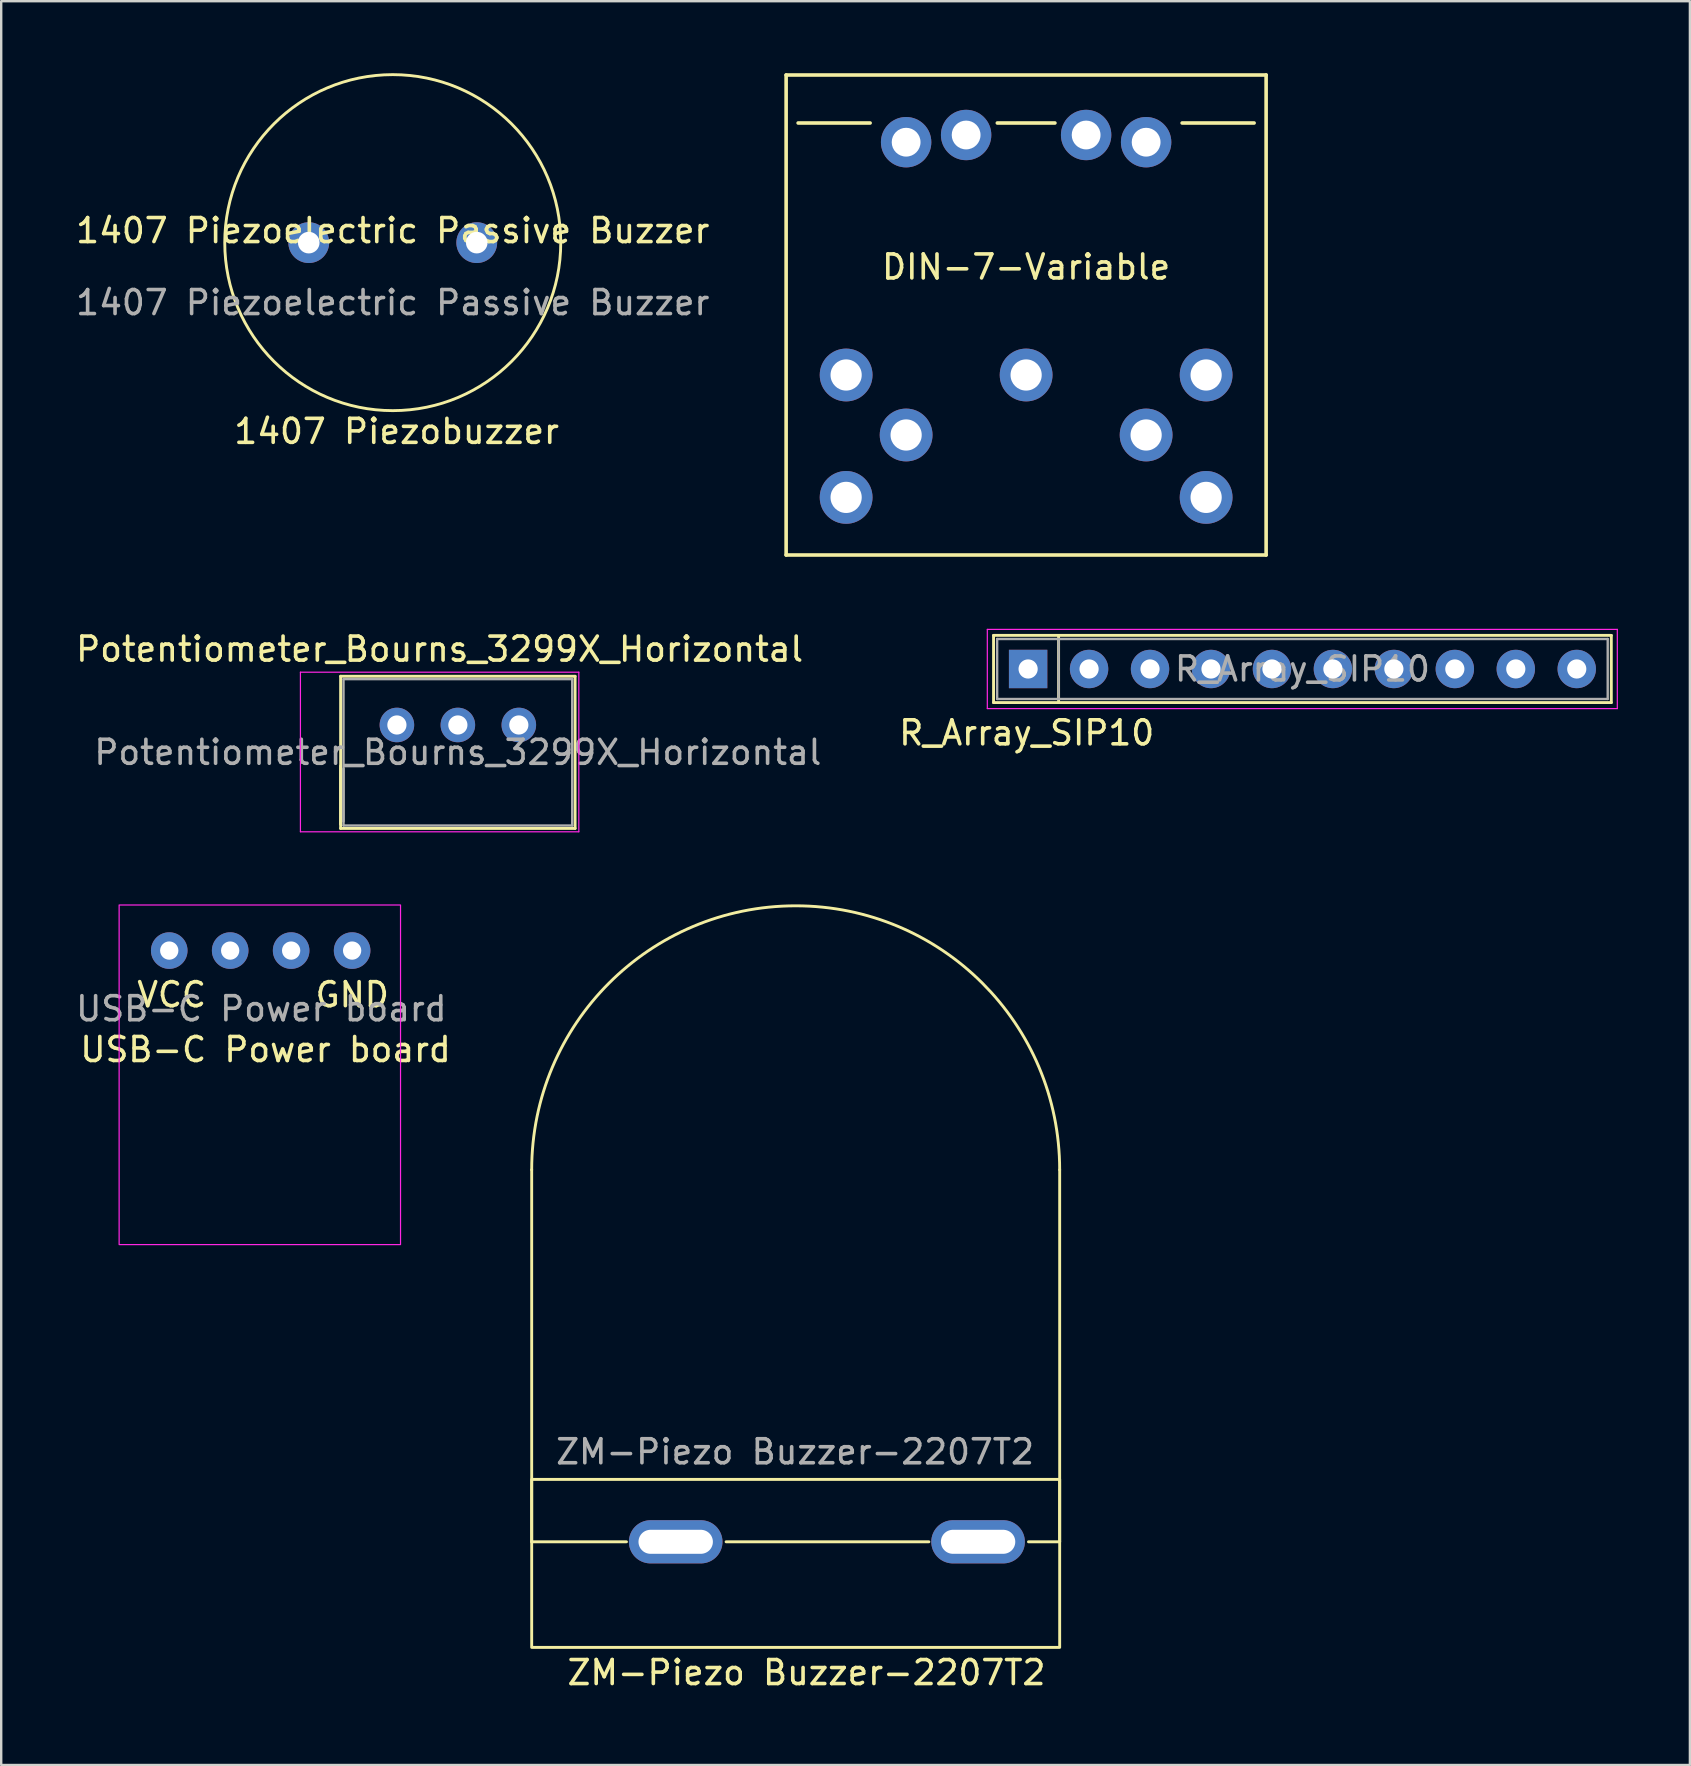
<source format=kicad_pcb>
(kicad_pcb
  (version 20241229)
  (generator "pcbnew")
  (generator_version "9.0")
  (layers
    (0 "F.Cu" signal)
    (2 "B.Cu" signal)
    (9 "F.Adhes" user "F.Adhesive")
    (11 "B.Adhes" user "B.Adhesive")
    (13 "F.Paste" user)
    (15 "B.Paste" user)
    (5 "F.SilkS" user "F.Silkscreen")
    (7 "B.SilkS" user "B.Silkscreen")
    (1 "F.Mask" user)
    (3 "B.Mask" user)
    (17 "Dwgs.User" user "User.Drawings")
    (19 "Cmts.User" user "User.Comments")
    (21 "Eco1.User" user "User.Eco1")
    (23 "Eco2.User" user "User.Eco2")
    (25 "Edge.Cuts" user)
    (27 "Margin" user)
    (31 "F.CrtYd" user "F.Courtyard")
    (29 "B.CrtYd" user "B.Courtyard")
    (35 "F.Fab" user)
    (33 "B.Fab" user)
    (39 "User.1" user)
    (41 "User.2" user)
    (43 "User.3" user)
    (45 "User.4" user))
  (footprint "USB-C Power board"
    (layer "F.Cu")
    (at 7.839 36.483)
    (property "Reference" "USB-C Power board" (at 0.175 4.2 0) (unlocked yes) (layer "F.SilkS") (effects (font (size 1 1) (thickness 0.15))))
    (attr through_hole)
    (fp_rect (start -5.925 -1.825) (end 5.8 12.325) (stroke (width 0.05) (type default)) (fill no) (layer "F.CrtYd"))
    (fp_text user "VCC      GND" (at -5.263 2.5 0) (unlocked yes) (layer "F.SilkS") (effects (font (size 1 1) (thickness 0.15)) (justify left bottom)))
    (fp_text user "${REFERENCE}" (at 0 2.5 0) (unlocked yes) (layer "F.Fab") (effects (font (size 1 1) (thickness 0.15))))
    (pad "1" thru_hole circle (at -3.837 0.075) (size 1.524 1.524) (drill 0.762) (layers "*.Cu" "*.Mask"))
    (pad "2" thru_hole circle (at -1.298 0.075) (size 1.524 1.524) (drill 0.762) (layers "*.Cu" "*.Mask"))
    (pad "3" thru_hole circle (at 1.242 0.075) (size 1.524 1.524) (drill 0.762) (layers "*.Cu" "*.Mask"))
    (pad "4" thru_hole circle (at 3.783 0.075) (size 1.524 1.524) (drill 0.762) (layers "*.Cu" "*.Mask")))
  (footprint "1407 Piezoelectric Passive Buzzer"
    (layer "F.Cu")
    (at 13.315 7.06)
    (property "Reference" "1407 Piezoelectric Passive Buzzer" (at 0 -0.5 0) (unlocked yes) (layer "F.SilkS") (effects (font (size 1 1) (thickness 0.15))))
    (attr through_hole)
    (fp_circle (center 0 0) (end 7 0) (stroke (width 0.12) (type default)) (fill no) (layer "F.SilkS"))
    (fp_text user "1407 Piezobuzzer" (at -6.7 8.45 0) (unlocked yes) (layer "F.SilkS") (effects (font (size 1 1) (thickness 0.15)) (justify left bottom)))
    (fp_text user "${REFERENCE}" (at 0 2.5 0) (unlocked yes) (layer "F.Fab") (effects (font (size 1 1) (thickness 0.15))))
    (pad "1" thru_hole circle (at -3.5 0) (size 1.7 1.7) (drill 0.9) (layers "*.Cu" "*.Mask"))
    (pad "2" thru_hole circle (at 3.5 0) (size 1.7 1.7) (drill 0.9) (layers "*.Cu" "*.Mask")))
  (footprint "DIN-7-Variable"
    (layer "F.Cu")
    (at 39.706 12.575)
    (property "Reference" "DIN-7-Variable" (at 0 -4.5 180) (layer "F.SilkS") (effects (font (size 1 1) (thickness 0.15))))
    (attr through_hole)
    (fp_line (start -10 -12.5) (end -10 7.5) (stroke (width 0.15) (type solid)) (layer "F.SilkS"))
    (fp_line (start -10 7.5) (end 10 7.5) (stroke (width 0.15) (type solid)) (layer "F.SilkS"))
    (fp_line (start -9.5 -10.5) (end -6.5 -10.5) (stroke (width 0.15) (type solid)) (layer "F.SilkS"))
    (fp_line (start -1.2 -10.5) (end 1.2 -10.5) (stroke (width 0.15) (type solid)) (layer "F.SilkS"))
    (fp_line (start 6.5 -10.5) (end 9.5 -10.5) (stroke (width 0.15) (type solid)) (layer "F.SilkS"))
    (fp_line (start 10 -12.5) (end -10 -12.5) (stroke (width 0.15) (type solid)) (layer "F.SilkS"))
    (fp_line (start 10 7.5) (end 10 -12.5) (stroke (width 0.15) (type solid)) (layer "F.SilkS"))
    (pad "" thru_hole circle (at -5 -9.7) (size 2.1 2.1) (drill 1.2) (layers "*.Cu" "*.Mask"))
    (pad "" thru_hole circle (at -2.5 -10) (size 2.1 2.1) (drill 1.2) (layers "*.Cu" "*.Mask"))
    (pad "" thru_hole circle (at 2.5 -10) (size 2.1 2.1) (drill 1.2) (layers "*.Cu" "*.Mask"))
    (pad "" thru_hole circle (at 5 -9.7) (size 2.1 2.1) (drill 1.2) (layers "*.Cu" "*.Mask"))
    (pad "1" thru_hole circle (at -7.5 0) (size 2.2 2.2) (drill 1.3) (layers "*.Cu" "*.Mask"))
    (pad "2" thru_hole circle (at 0 0) (size 2.2 2.2) (drill 1.3) (layers "*.Cu" "*.Mask"))
    (pad "3" thru_hole circle (at 7.5 0) (size 2.2 2.2) (drill 1.3) (layers "*.Cu" "*.Mask"))
    (pad "4" thru_hole circle (at -5 2.5) (size 2.2 2.2) (drill 1.3) (layers "*.Cu" "*.Mask"))
    (pad "5" thru_hole circle (at 5 2.5) (size 2.2 2.2) (drill 1.3) (layers "*.Cu" "*.Mask"))
    (pad "6" thru_hole circle (at -7.5 5.1) (size 2.2 2.2) (drill 1.3) (layers "*.Cu" "*.Mask"))
    (pad "7" thru_hole circle (at 7.5 5.1) (size 2.2 2.2) (drill 1.3) (layers "*.Cu" "*.Mask")))
  (footprint "ZM-Piezo Buzzer-2207T2"
    (layer "F.Cu")
    (at 19.104 58.593)
    (property "Reference" "ZM-Piezo Buzzer-2207T2" (at 11.45 8.05 0) (unlocked yes) (layer "F.SilkS") (effects (font (size 1 1) (thickness 0.15))))
    (attr through_hole)
    (fp_line (start 0 -12.9) (end 0 2.6) (stroke (width 0.12) (type default)) (layer "F.SilkS"))
    (fp_line (start 3.95 2.6) (end 0 2.6) (stroke (width 0.12) (type default)) (layer "F.SilkS"))
    (fp_line (start 16.55 2.6) (end 8.1 2.6) (stroke (width 0.12) (type default)) (layer "F.SilkS"))
    (fp_line (start 22 -12.9) (end 22 2.6) (stroke (width 0.12) (type default)) (layer "F.SilkS"))
    (fp_line (start 22 2.6) (end 20.7 2.6) (stroke (width 0.12) (type default)) (layer "F.SilkS"))
    (fp_rect (start 0 7) (end 22 0) (stroke (width 0.12) (type default)) (fill no) (layer "F.SilkS"))
    (fp_arc (start 0 -12.9) (mid 11 -23.9) (end 22 -12.9) (stroke (width 0.12) (type default)) (layer "F.SilkS"))
    (fp_line (start 7.45 2.6) (end 4.55 2.6) (stroke (width 0.12) (type default)) (layer "Dwgs.User"))
    (fp_line (start 20.05 2.6) (end 17.15 2.6) (stroke (width 0.12) (type default)) (layer "Dwgs.User"))
    (fp_text user "${REFERENCE}" (at 10.975 -1.15 0) (unlocked yes) (layer "F.Fab") (effects (font (size 1 1) (thickness 0.15))))
    (pad "1" thru_hole oval (at 18.6 2.6) (size 3.9 1.8) (drill oval 3.1 1) (layers "*.Cu" "*.Mask"))
    (pad "2" thru_hole oval (at 6 2.6) (size 3.9 1.8) (drill oval 3.1 1) (layers "*.Cu" "*.Mask")))
  (footprint "R_Array_SIP10"
    (layer "F.Cu")
    (at 39.789 24.825)
    (property "Reference" "R_Array_SIP10" (at -0.059 2.663 0) (layer "F.SilkS") (effects (font (size 1 1) (thickness 0.15))))
    (attr through_hole)
    (fp_line (start -1.44 -1.4) (end -1.44 1.4) (stroke (width 0.12) (type solid)) (layer "F.SilkS"))
    (fp_line (start -1.44 1.4) (end 24.3 1.4) (stroke (width 0.12) (type solid)) (layer "F.SilkS"))
    (fp_line (start 1.27 -1.4) (end 1.27 1.4) (stroke (width 0.12) (type solid)) (layer "F.SilkS"))
    (fp_line (start 24.3 -1.4) (end -1.44 -1.4) (stroke (width 0.12) (type solid)) (layer "F.SilkS"))
    (fp_line (start 24.3 1.4) (end 24.3 -1.4) (stroke (width 0.12) (type solid)) (layer "F.SilkS"))
    (fp_line (start -1.7 -1.65) (end -1.7 1.65) (stroke (width 0.05) (type solid)) (layer "F.CrtYd"))
    (fp_line (start -1.7 1.65) (end 24.55 1.65) (stroke (width 0.05) (type solid)) (layer "F.CrtYd"))
    (fp_line (start 24.55 -1.65) (end -1.7 -1.65) (stroke (width 0.05) (type solid)) (layer "F.CrtYd"))
    (fp_line (start 24.55 1.65) (end 24.55 -1.65) (stroke (width 0.05) (type solid)) (layer "F.CrtYd"))
    (fp_line (start -1.29 -1.25) (end -1.29 1.25) (stroke (width 0.1) (type solid)) (layer "F.Fab"))
    (fp_line (start -1.29 1.25) (end 24.15 1.25) (stroke (width 0.1) (type solid)) (layer "F.Fab"))
    (fp_line (start 1.27 -1.25) (end 1.27 1.25) (stroke (width 0.1) (type solid)) (layer "F.Fab"))
    (fp_line (start 24.15 -1.25) (end -1.29 -1.25) (stroke (width 0.1) (type solid)) (layer "F.Fab"))
    (fp_line (start 24.15 1.25) (end 24.15 -1.25) (stroke (width 0.1) (type solid)) (layer "F.Fab"))
    (fp_text user "${REFERENCE}" (at 11.43 0 0) (layer "F.Fab") (effects (font (size 1 1) (thickness 0.15))))
    (pad "1" thru_hole rect (at 0 0) (size 1.6 1.6) (drill 0.8) (layers "*.Cu" "*.Mask"))
    (pad "2" thru_hole oval (at 2.54 0) (size 1.6 1.6) (drill 0.8) (layers "*.Cu" "*.Mask"))
    (pad "3" thru_hole oval (at 5.08 0) (size 1.6 1.6) (drill 0.8) (layers "*.Cu" "*.Mask"))
    (pad "4" thru_hole oval (at 7.62 0) (size 1.6 1.6) (drill 0.8) (layers "*.Cu" "*.Mask"))
    (pad "5" thru_hole oval (at 10.16 0) (size 1.6 1.6) (drill 0.8) (layers "*.Cu" "*.Mask"))
    (pad "6" thru_hole oval (at 12.7 0) (size 1.6 1.6) (drill 0.8) (layers "*.Cu" "*.Mask"))
    (pad "7" thru_hole oval (at 15.24 0) (size 1.6 1.6) (drill 0.8) (layers "*.Cu" "*.Mask"))
    (pad "8" thru_hole oval (at 17.78 0) (size 1.6 1.6) (drill 0.8) (layers "*.Cu" "*.Mask"))
    (pad "9" thru_hole oval (at 20.32 0) (size 1.6 1.6) (drill 0.8) (layers "*.Cu" "*.Mask"))
    (pad "10" thru_hole oval (at 22.86 0) (size 1.6 1.6) (drill 0.8) (layers "*.Cu" "*.Mask")))
  (footprint "Potentiometer_Bourns_3299X_Horizontal"
    (layer "F.Cu")
    (at 18.568 27.158)
    (property "Reference" "Potentiometer_Bourns_3299X_Horizontal" (at -3.3 -3.16 0) (layer "F.SilkS") (effects (font (size 1 1) (thickness 0.15))))
    (attr through_hole)
    (fp_line (start -7.426 1.705) (end -7.426 4.135) (stroke (width 0.12) (type solid)) (layer "F.SilkS"))
    (fp_line (start -7.425 -2.03) (end -7.425 4.31) (stroke (width 0.12) (type solid)) (layer "F.SilkS"))
    (fp_line (start -7.425 -2.03) (end 2.345 -2.03) (stroke (width 0.12) (type solid)) (layer "F.SilkS"))
    (fp_line (start -7.425 4.31) (end 2.345 4.31) (stroke (width 0.12) (type solid)) (layer "F.SilkS"))
    (fp_line (start 2.345 -2.03) (end 2.345 4.31) (stroke (width 0.12) (type solid)) (layer "F.SilkS"))
    (fp_line (start -9.1 -2.2) (end -9.1 4.45) (stroke (width 0.05) (type solid)) (layer "F.CrtYd"))
    (fp_line (start -9.1 4.45) (end 2.5 4.45) (stroke (width 0.05) (type solid)) (layer "F.CrtYd"))
    (fp_line (start 2.5 -2.2) (end -9.1 -2.2) (stroke (width 0.05) (type solid)) (layer "F.CrtYd"))
    (fp_line (start 2.5 4.45) (end 2.5 -2.2) (stroke (width 0.05) (type solid)) (layer "F.CrtYd"))
    (fp_line (start -7.305 -1.91) (end -7.305 4.19) (stroke (width 0.1) (type solid)) (layer "F.Fab"))
    (fp_line (start -7.305 4.015) (end -7.305 1.825) (stroke (width 0.1) (type solid)) (layer "F.Fab"))
    (fp_line (start -7.305 4.19) (end 2.225 4.19) (stroke (width 0.1) (type solid)) (layer "F.Fab"))
    (fp_line (start 2.225 -1.91) (end -7.305 -1.91) (stroke (width 0.1) (type solid)) (layer "F.Fab"))
    (fp_line (start 2.225 4.19) (end 2.225 -1.91) (stroke (width 0.1) (type solid)) (layer "F.Fab"))
    (fp_text user "${REFERENCE}" (at -2.54 1.14 0) (layer "F.Fab") (effects (font (size 1 1) (thickness 0.15))))
    (pad "1" thru_hole circle (at 0 0) (size 1.44 1.44) (drill 0.8) (layers "*.Cu" "*.Mask"))
    (pad "2" thru_hole circle (at -2.54 0) (size 1.44 1.44) (drill 0.8) (layers "*.Cu" "*.Mask"))
    (pad "3" thru_hole circle (at -5.08 0) (size 1.44 1.44) (drill 0.8) (layers "*.Cu" "*.Mask")))
  (gr_rect
    (start -3 -3)
    (end 67.364 70.492)
    (stroke (width 0.1) (type default))
    (fill no)
    (layer "Edge.Cuts")))
</source>
